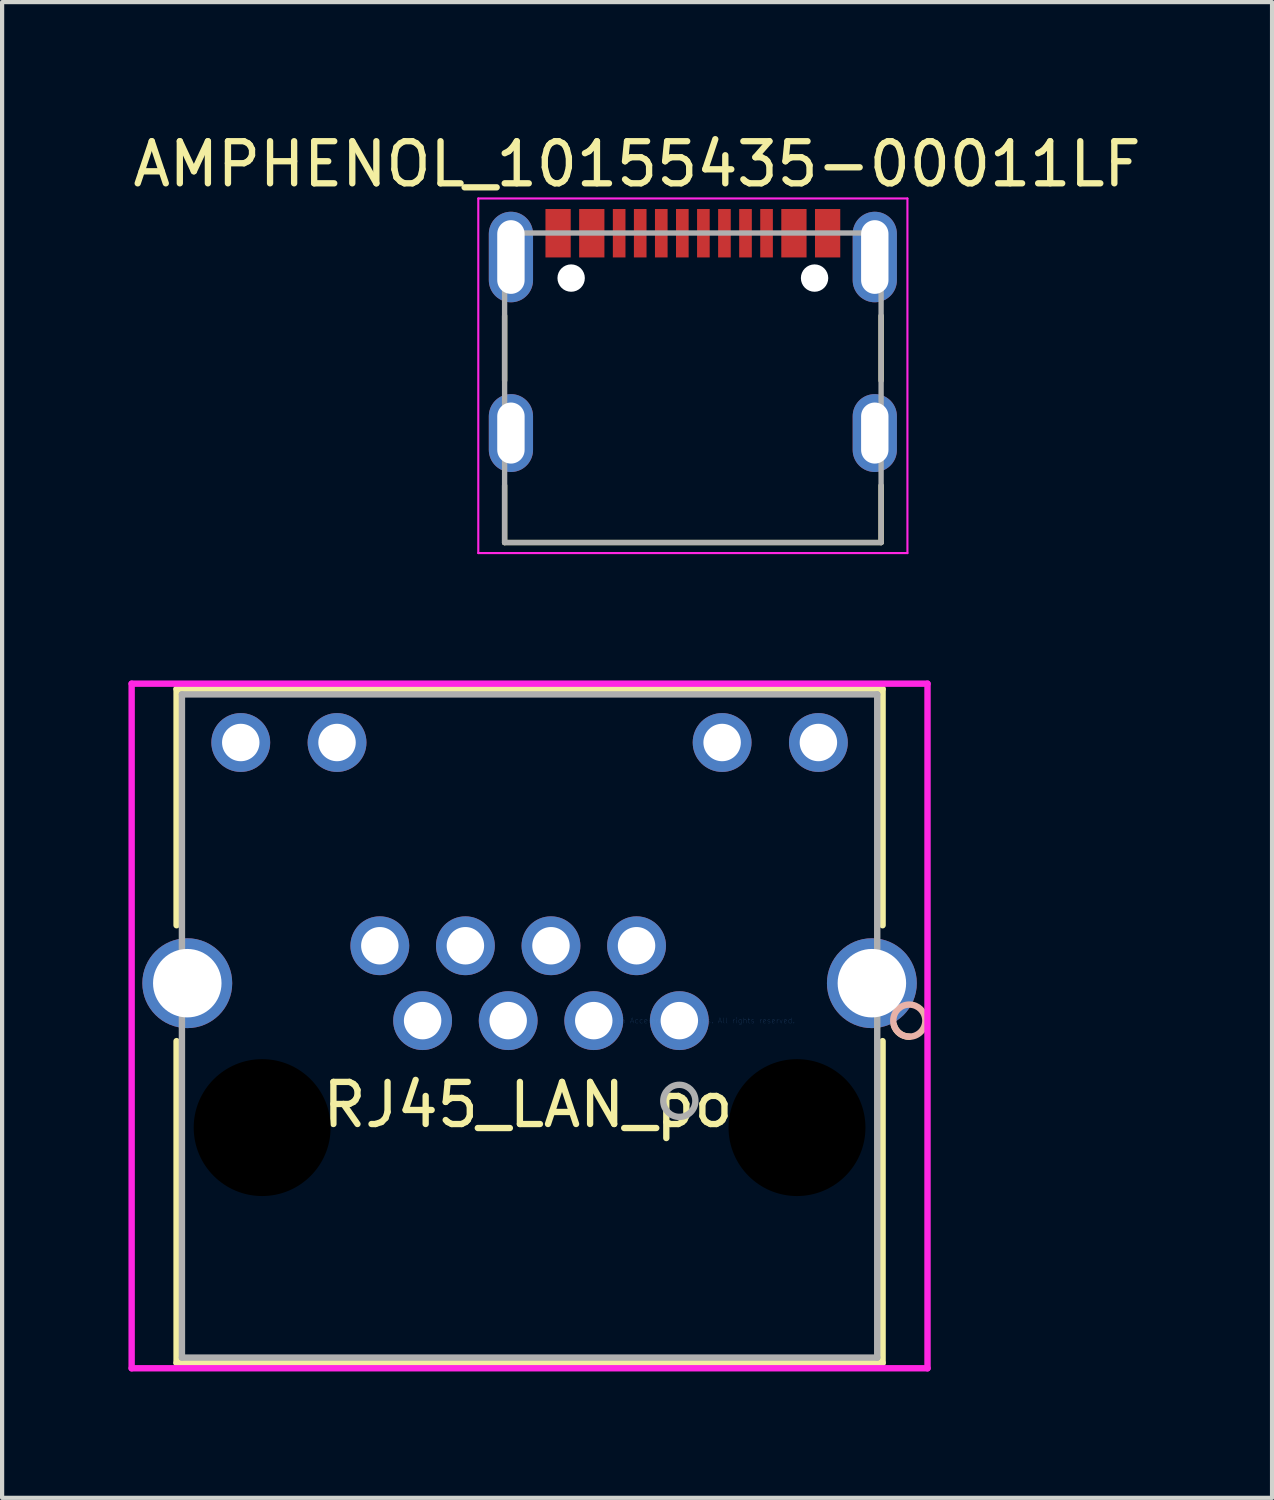
<source format=kicad_pcb>
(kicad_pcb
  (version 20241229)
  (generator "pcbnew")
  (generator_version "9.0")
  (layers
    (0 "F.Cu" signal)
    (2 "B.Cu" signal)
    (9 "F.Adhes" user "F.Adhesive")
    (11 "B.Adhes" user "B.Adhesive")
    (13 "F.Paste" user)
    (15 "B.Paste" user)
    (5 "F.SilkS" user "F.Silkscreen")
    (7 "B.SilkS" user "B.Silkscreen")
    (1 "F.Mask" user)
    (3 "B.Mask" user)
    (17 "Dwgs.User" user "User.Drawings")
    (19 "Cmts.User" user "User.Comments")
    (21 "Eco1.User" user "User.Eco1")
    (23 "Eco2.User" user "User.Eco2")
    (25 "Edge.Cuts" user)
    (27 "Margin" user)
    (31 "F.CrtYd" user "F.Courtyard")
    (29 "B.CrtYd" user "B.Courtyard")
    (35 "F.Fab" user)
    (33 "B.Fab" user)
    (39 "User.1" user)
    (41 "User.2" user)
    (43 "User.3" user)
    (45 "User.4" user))
  (footprint "AMPHENOL_10155435-00011LF"
    (layer "F.Cu")
    (at 13.402 7.233)
    (property "Reference" "AMPHENOL_10155435-00011LF" (at -1.325 -6.385 0) (layer "F.SilkS") (effects (font (size 1 1) (thickness 0.15))))
    (attr smd)
    (fp_line (start -4.47 -2.785) (end -4.47 -1.245) (stroke (width 0.127) (type solid)) (layer "F.SilkS"))
    (fp_line (start -4.47 2.6) (end -4.47 1.245) (stroke (width 0.127) (type solid)) (layer "F.SilkS"))
    (fp_line (start 4.47 -2.785) (end 4.47 -1.245) (stroke (width 0.127) (type solid)) (layer "F.SilkS"))
    (fp_line (start 4.47 2.6) (end -4.47 2.6) (stroke (width 0.127) (type solid)) (layer "F.SilkS"))
    (fp_line (start 4.47 2.6) (end 4.47 1.245) (stroke (width 0.127) (type solid)) (layer "F.SilkS"))
    (fp_line (start -5.095 -5.57) (end -5.095 2.85) (stroke (width 0.05) (type solid)) (layer "F.CrtYd"))
    (fp_line (start -5.095 2.85) (end 5.095 2.85) (stroke (width 0.05) (type solid)) (layer "F.CrtYd"))
    (fp_line (start 5.095 -5.57) (end -5.095 -5.57) (stroke (width 0.05) (type solid)) (layer "F.CrtYd"))
    (fp_line (start 5.095 2.85) (end 5.095 -5.57) (stroke (width 0.05) (type solid)) (layer "F.CrtYd"))
    (fp_line (start -4.47 -4.75) (end 4.47 -4.75) (stroke (width 0.127) (type solid)) (layer "F.Fab"))
    (fp_line (start -4.47 2.6) (end -4.47 -4.75) (stroke (width 0.127) (type solid)) (layer "F.Fab"))
    (fp_line (start 4.47 -4.75) (end 4.47 2.6) (stroke (width 0.127) (type solid)) (layer "F.Fab"))
    (fp_line (start 4.47 2.6) (end -4.47 2.6) (stroke (width 0.127) (type solid)) (layer "F.Fab"))
    (pad "" np_thru_hole circle (at -2.89 -3.68) (size 0.65 0.65) (drill 0.65) (layers "*.Cu" "*.Mask"))
    (pad "" np_thru_hole circle (at 2.89 -3.68) (size 0.65 0.65) (drill 0.65) (layers "*.Cu" "*.Mask"))
    (pad "A1_B12" smd rect (at -3.2 -4.745) (size 0.6 1.15) (layers "F.Cu" "F.Mask" "F.Paste"))
    (pad "A4_B9" smd rect (at -2.4 -4.745) (size 0.6 1.15) (layers "F.Cu" "F.Mask" "F.Paste"))
    (pad "A5" smd rect (at -1.25 -4.745) (size 0.3 1.15) (layers "F.Cu" "F.Mask" "F.Paste"))
    (pad "A6" smd rect (at -0.25 -4.745) (size 0.3 1.15) (layers "F.Cu" "F.Mask" "F.Paste"))
    (pad "A7" smd rect (at 0.25 -4.745) (size 0.3 1.15) (layers "F.Cu" "F.Mask" "F.Paste"))
    (pad "A8" smd rect (at 1.25 -4.745) (size 0.3 1.15) (layers "F.Cu" "F.Mask" "F.Paste"))
    (pad "B1_A12" smd rect (at 3.2 -4.745) (size 0.6 1.15) (layers "F.Cu" "F.Mask" "F.Paste"))
    (pad "B4_A9" smd rect (at 2.4 -4.745) (size 0.6 1.15) (layers "F.Cu" "F.Mask" "F.Paste"))
    (pad "B5" smd rect (at 1.75 -4.745) (size 0.3 1.15) (layers "F.Cu" "F.Mask" "F.Paste"))
    (pad "B6" smd rect (at 0.75 -4.745) (size 0.3 1.15) (layers "F.Cu" "F.Mask" "F.Paste"))
    (pad "B7" smd rect (at -0.75 -4.745) (size 0.3 1.15) (layers "F.Cu" "F.Mask" "F.Paste"))
    (pad "B8" smd rect (at -1.75 -4.745) (size 0.3 1.15) (layers "F.Cu" "F.Mask" "F.Paste"))
    (pad "SH1" thru_hole oval (at -4.32 -4.18) (size 1.05 2.15) (drill oval 0.65 1.75) (layers "*.Cu" "*.Mask"))
    (pad "SH2" thru_hole oval (at 4.32 -4.18) (size 1.05 2.15) (drill oval 0.65 1.75) (layers "*.Cu" "*.Mask"))
    (pad "SH3" thru_hole oval (at -4.32 0) (size 1.05 1.85) (drill oval 0.65 1.45) (layers "*.Cu" "*.Mask"))
    (pad "SH4" thru_hole oval (at 4.32 0) (size 1.05 1.85) (drill oval 0.65 1.45) (layers "*.Cu" "*.Mask")))
  (footprint "RJ45_LAN_port"
    (layer "F.Cu")
    (at 13.081 21.185)
    (property "Reference" "RJ45_LAN_port" (at -3 2 0) (layer "F.SilkS") (effects (font (size 1 1) (thickness 0.15))))
    (attr through_hole)
    (fp_line (start -11.938 -7.874) (end -11.938 -2.265) (stroke (width 0.152) (type solid)) (layer "F.SilkS"))
    (fp_line (start -11.938 0.487) (end -11.938 8.128) (stroke (width 0.152) (type solid)) (layer "F.SilkS"))
    (fp_line (start -11.938 8.128) (end 4.826 8.128) (stroke (width 0.152) (type solid)) (layer "F.SilkS"))
    (fp_line (start 4.826 -7.874) (end -11.938 -7.874) (stroke (width 0.152) (type solid)) (layer "F.SilkS"))
    (fp_line (start 4.826 -2.265) (end 4.826 -7.874) (stroke (width 0.152) (type solid)) (layer "F.SilkS"))
    (fp_line (start 4.826 8.128) (end 4.826 0.487) (stroke (width 0.152) (type solid)) (layer "F.SilkS"))
    (fp_arc (start 5.461 0.381) (mid 5.230183 0.303125) (end 5.093723 0.101334) (stroke (width 0.1524) (type solid)) (layer "F.SilkS"))
    (fp_circle (center 5.461 0) (end 5.842 0) (stroke (width 0.152) (type solid)) (fill no) (layer "B.SilkS"))
    (fp_line (start -13.005 -8.001) (end -13.005 8.255) (stroke (width 0.152) (type solid)) (layer "F.CrtYd"))
    (fp_line (start -13.005 8.255) (end 5.893 8.255) (stroke (width 0.152) (type solid)) (layer "F.CrtYd"))
    (fp_line (start 5.893 -8.001) (end -13.005 -8.001) (stroke (width 0.152) (type solid)) (layer "F.CrtYd"))
    (fp_line (start 5.893 8.255) (end 5.893 -8.001) (stroke (width 0.152) (type solid)) (layer "F.CrtYd"))
    (fp_line (start -11.811 -7.747) (end -11.811 8.001) (stroke (width 0.152) (type solid)) (layer "F.Fab"))
    (fp_line (start -11.811 8.001) (end 4.699 8.001) (stroke (width 0.152) (type solid)) (layer "F.Fab"))
    (fp_line (start 4.699 -7.747) (end -11.811 -7.747) (stroke (width 0.152) (type solid)) (layer "F.Fab"))
    (fp_line (start 4.699 8.001) (end 4.699 -7.747) (stroke (width 0.152) (type solid)) (layer "F.Fab"))
    (fp_circle (center 0 1.905) (end 0.381 1.905) (stroke (width 0.152) (type solid)) (fill no) (layer "F.Fab"))
    (fp_text user "Copyright 2016 Accelerated Designs. All rights reserved." (at 0 0 0) (layer "Cmts.User") (effects (font (size 0.127 0.127) (thickness 0.002))))
    (pad "" np_thru_hole circle (at -9.906 2.54) (size 3.251 3.251) (drill 3.251) (layers))
    (pad "" np_thru_hole circle (at 2.794 2.54) (size 3.251 3.251) (drill 3.251) (layers))
    (pad "1" thru_hole circle (at 0 0) (size 1.397 1.397) (drill 0.889) (layers "*.Cu" "*.Mask"))
    (pad "2" thru_hole circle (at -1.016 -1.778) (size 1.397 1.397) (drill 0.889) (layers "*.Cu" "*.Mask"))
    (pad "3" thru_hole circle (at -2.032 0) (size 1.397 1.397) (drill 0.889) (layers "*.Cu" "*.Mask"))
    (pad "4" thru_hole circle (at -3.048 -1.778) (size 1.397 1.397) (drill 0.889) (layers "*.Cu" "*.Mask"))
    (pad "5" thru_hole circle (at -4.064 0) (size 1.397 1.397) (drill 0.889) (layers "*.Cu" "*.Mask"))
    (pad "6" thru_hole circle (at -5.08 -1.778) (size 1.397 1.397) (drill 0.889) (layers "*.Cu" "*.Mask"))
    (pad "7" thru_hole circle (at -6.096 0) (size 1.397 1.397) (drill 0.889) (layers "*.Cu" "*.Mask"))
    (pad "8" thru_hole circle (at -7.112 -1.778) (size 1.397 1.397) (drill 0.889) (layers "*.Cu" "*.Mask"))
    (pad "9" thru_hole circle (at 3.302 -6.604) (size 1.397 1.397) (drill 0.889) (layers "*.Cu" "*.Mask"))
    (pad "10" thru_hole circle (at 1.016 -6.604) (size 1.397 1.397) (drill 0.889) (layers "*.Cu" "*.Mask"))
    (pad "11" thru_hole circle (at -8.128 -6.604) (size 1.397 1.397) (drill 0.889) (layers "*.Cu" "*.Mask"))
    (pad "12" thru_hole circle (at -10.414 -6.604) (size 1.397 1.397) (drill 0.889) (layers "*.Cu" "*.Mask"))
    (pad "SH" thru_hole circle (at -11.684 -0.889) (size 2.134 2.134) (drill 1.626) (layers "*.Cu" "*.Mask"))
    (pad "SH" thru_hole circle (at 4.572 -0.889) (size 2.134 2.134) (drill 1.626) (layers "*.Cu" "*.Mask")))
  (gr_rect
    (start -3 -3)
    (end 27.155 32.517)
    (stroke (width 0.1) (type default))
    (fill no)
    (layer "Edge.Cuts")))
</source>
